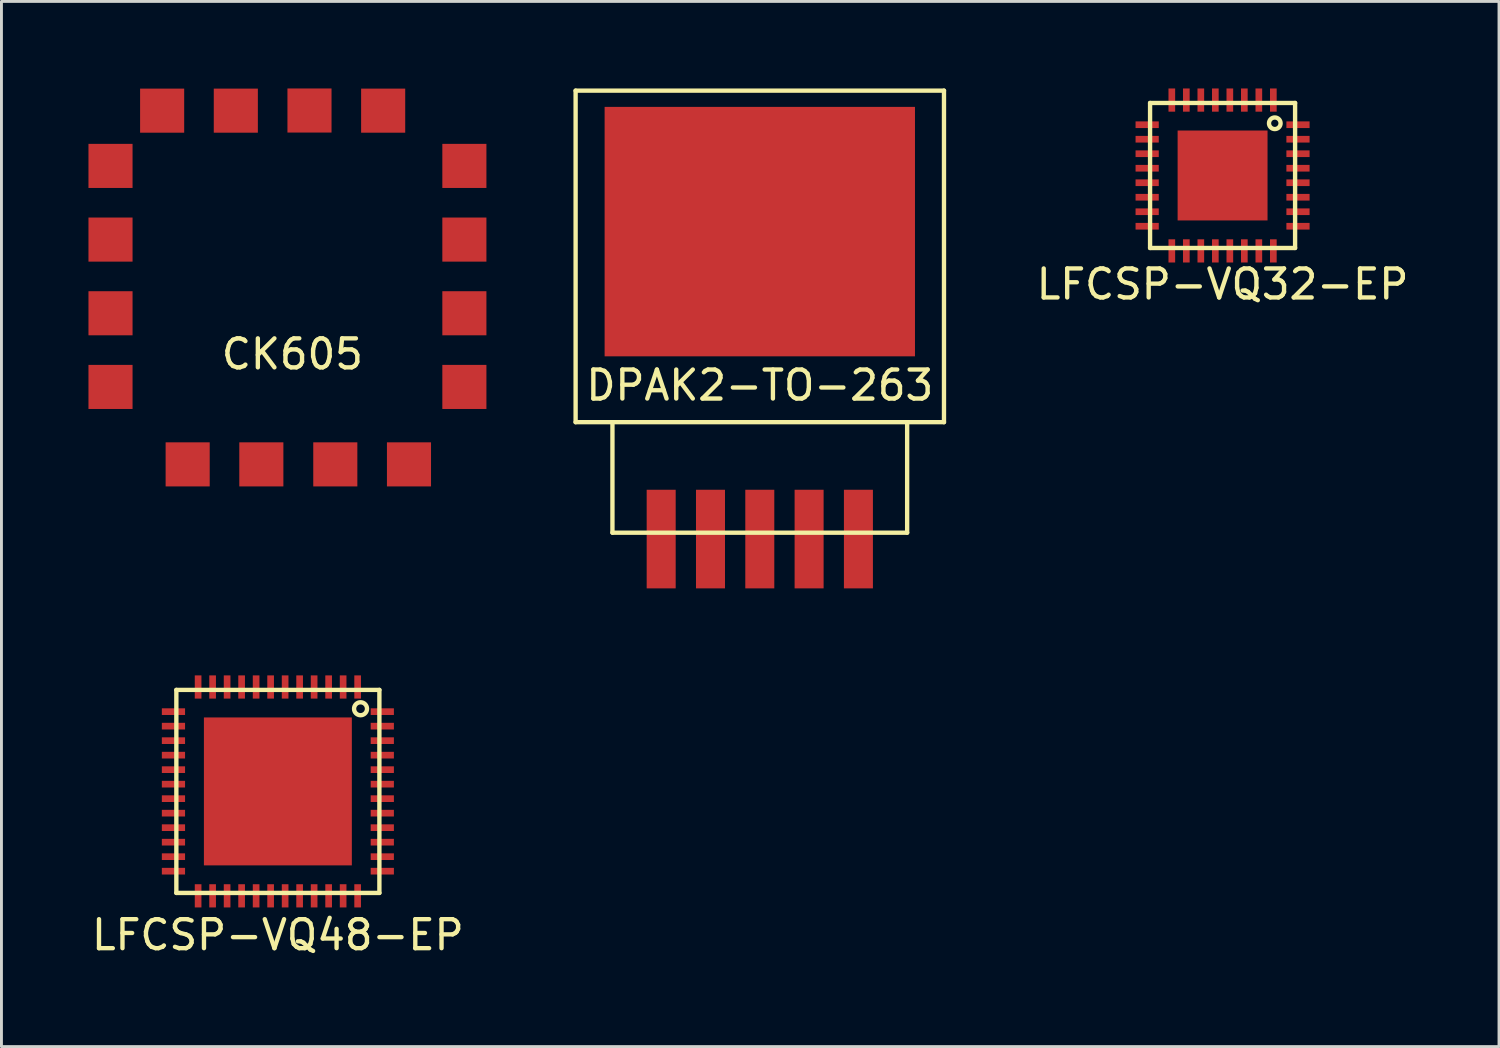
<source format=kicad_pcb>
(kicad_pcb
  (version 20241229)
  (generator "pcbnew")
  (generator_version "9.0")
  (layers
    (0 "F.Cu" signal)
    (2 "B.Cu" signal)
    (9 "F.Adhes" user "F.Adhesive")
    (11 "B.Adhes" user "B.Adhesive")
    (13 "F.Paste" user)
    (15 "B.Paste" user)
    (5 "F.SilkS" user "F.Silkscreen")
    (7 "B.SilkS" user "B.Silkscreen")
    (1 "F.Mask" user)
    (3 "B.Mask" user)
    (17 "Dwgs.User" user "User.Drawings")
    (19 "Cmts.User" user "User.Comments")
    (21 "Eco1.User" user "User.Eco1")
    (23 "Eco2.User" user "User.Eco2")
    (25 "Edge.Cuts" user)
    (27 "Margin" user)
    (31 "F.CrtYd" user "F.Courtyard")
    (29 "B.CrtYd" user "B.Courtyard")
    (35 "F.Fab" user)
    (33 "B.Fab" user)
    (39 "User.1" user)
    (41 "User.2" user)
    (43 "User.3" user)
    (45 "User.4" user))
  (footprint "LFCSP-VQ32-EP"
    (layer "F.Cu")
    (at 39.1 3)
    (property "Reference" "LFCSP-VQ32-EP" (at 0 3.75 0) (layer "F.SilkS") (effects (font (size 1 1) (thickness 0.15))))
    (attr through_hole)
    (fp_line (start -2.5 -2.5) (end -2.5 2.5) (stroke (width 0.15) (type solid)) (layer "F.SilkS"))
    (fp_line (start -2.5 2.5) (end 2.5 2.5) (stroke (width 0.15) (type solid)) (layer "F.SilkS"))
    (fp_line (start 2.5 -2.5) (end -2.5 -2.5) (stroke (width 0.15) (type solid)) (layer "F.SilkS"))
    (fp_line (start 2.5 2.5) (end 2.5 -2.5) (stroke (width 0.15) (type solid)) (layer "F.SilkS"))
    (fp_circle (center 1.8 -1.8) (end 1.8 -2) (stroke (width 0.15) (type solid)) (fill no) (layer "F.SilkS"))
    (pad "1" smd rect (at 1.75 -2.6 90) (size 0.8 0.23) (layers "F.Cu" "F.Mask" "F.Paste"))
    (pad "2" smd rect (at 1.25 -2.6 90) (size 0.8 0.23) (layers "F.Cu" "F.Mask" "F.Paste"))
    (pad "3" smd rect (at 0.75 -2.6 90) (size 0.8 0.23) (layers "F.Cu" "F.Mask" "F.Paste"))
    (pad "4" smd rect (at 0.25 -2.6 90) (size 0.8 0.23) (layers "F.Cu" "F.Mask" "F.Paste"))
    (pad "5" smd rect (at -0.25 -2.6 90) (size 0.8 0.23) (layers "F.Cu" "F.Mask" "F.Paste"))
    (pad "6" smd rect (at -0.75 -2.6 90) (size 0.8 0.23) (layers "F.Cu" "F.Mask" "F.Paste"))
    (pad "7" smd rect (at -1.25 -2.6 90) (size 0.8 0.23) (layers "F.Cu" "F.Mask" "F.Paste"))
    (pad "8" smd rect (at -1.75 -2.6 90) (size 0.8 0.23) (layers "F.Cu" "F.Mask" "F.Paste"))
    (pad "9" smd rect (at -2.6 -1.75) (size 0.8 0.23) (layers "F.Cu" "F.Mask" "F.Paste"))
    (pad "10" smd rect (at -2.6 -1.25) (size 0.8 0.23) (layers "F.Cu" "F.Mask" "F.Paste"))
    (pad "11" smd rect (at -2.6 -0.75) (size 0.8 0.23) (layers "F.Cu" "F.Mask" "F.Paste"))
    (pad "12" smd rect (at -2.6 -0.25) (size 0.8 0.23) (layers "F.Cu" "F.Mask" "F.Paste"))
    (pad "13" smd rect (at -2.6 0.25) (size 0.8 0.23) (layers "F.Cu" "F.Mask" "F.Paste"))
    (pad "14" smd rect (at -2.6 0.75) (size 0.8 0.23) (layers "F.Cu" "F.Mask" "F.Paste"))
    (pad "15" smd rect (at -2.6 1.25) (size 0.8 0.23) (layers "F.Cu" "F.Mask" "F.Paste"))
    (pad "16" smd rect (at -2.6 1.75) (size 0.8 0.23) (layers "F.Cu" "F.Mask" "F.Paste"))
    (pad "17" smd rect (at -1.75 2.6 90) (size 0.8 0.23) (layers "F.Cu" "F.Mask" "F.Paste"))
    (pad "18" smd rect (at -1.25 2.6 90) (size 0.8 0.23) (layers "F.Cu" "F.Mask" "F.Paste"))
    (pad "19" smd rect (at -0.75 2.6 90) (size 0.8 0.23) (layers "F.Cu" "F.Mask" "F.Paste"))
    (pad "20" smd rect (at -0.25 2.6 90) (size 0.8 0.23) (layers "F.Cu" "F.Mask" "F.Paste"))
    (pad "21" smd rect (at 0.25 2.6 90) (size 0.8 0.23) (layers "F.Cu" "F.Mask" "F.Paste"))
    (pad "22" smd rect (at 0.75 2.6 90) (size 0.8 0.23) (layers "F.Cu" "F.Mask" "F.Paste"))
    (pad "23" smd rect (at 1.25 2.6 90) (size 0.8 0.23) (layers "F.Cu" "F.Mask" "F.Paste"))
    (pad "24" smd rect (at 1.75 2.6 90) (size 0.8 0.23) (layers "F.Cu" "F.Mask" "F.Paste"))
    (pad "25" smd rect (at 2.6 1.75) (size 0.8 0.23) (layers "F.Cu" "F.Mask" "F.Paste"))
    (pad "26" smd rect (at 2.6 1.25) (size 0.8 0.23) (layers "F.Cu" "F.Mask" "F.Paste"))
    (pad "27" smd rect (at 2.6 0.75) (size 0.8 0.23) (layers "F.Cu" "F.Mask" "F.Paste"))
    (pad "28" smd rect (at 2.6 0.25) (size 0.8 0.23) (layers "F.Cu" "F.Mask" "F.Paste"))
    (pad "29" smd rect (at 2.6 -0.25) (size 0.8 0.23) (layers "F.Cu" "F.Mask" "F.Paste"))
    (pad "30" smd rect (at 2.6 -0.75) (size 0.8 0.23) (layers "F.Cu" "F.Mask" "F.Paste"))
    (pad "31" smd rect (at 2.6 -1.25) (size 0.8 0.23) (layers "F.Cu" "F.Mask" "F.Paste"))
    (pad "32" smd rect (at 2.6 -1.75) (size 0.8 0.23) (layers "F.Cu" "F.Mask" "F.Paste"))
    (pad "33" smd rect (at 0 0) (size 3.1 3.1) (layers "F.Cu" "F.Mask" "F.Paste")))
  (footprint "DPAK2-TO-263"
    (layer "F.Cu")
    (at 23.145 10.235)
    (property "Reference" "DPAK2-TO-263" (at 0 0 0) (layer "F.SilkS") (effects (font (size 1 1) (thickness 0.15))))
    (attr through_hole)
    (fp_line (start -6.35 -10.16) (end 6.35 -10.16) (stroke (width 0.15) (type solid)) (layer "F.SilkS"))
    (fp_line (start -6.35 1.27) (end -6.35 -10.16) (stroke (width 0.15) (type solid)) (layer "F.SilkS"))
    (fp_line (start -5.08 1.27) (end -5.08 5.08) (stroke (width 0.15) (type solid)) (layer "F.SilkS"))
    (fp_line (start -5.08 5.08) (end 5.08 5.08) (stroke (width 0.15) (type solid)) (layer "F.SilkS"))
    (fp_line (start 5.08 5.08) (end 5.08 1.27) (stroke (width 0.15) (type solid)) (layer "F.SilkS"))
    (fp_line (start 6.35 -10.16) (end 6.35 1.27) (stroke (width 0.15) (type solid)) (layer "F.SilkS"))
    (fp_line (start 6.35 1.27) (end -6.35 1.27) (stroke (width 0.15) (type solid)) (layer "F.SilkS"))
    (pad "1" smd rect (at -3.4 5.3) (size 1 3.4) (layers "F.Cu" "F.Mask" "F.Paste"))
    (pad "2" smd rect (at -1.7 5.3) (size 1 3.4) (layers "F.Cu" "F.Mask" "F.Paste"))
    (pad "3" smd rect (at 0 -5.3) (size 10.7 8.6) (layers "F.Cu" "F.Mask" "F.Paste"))
    (pad "3" smd rect (at 0 5.3) (size 1 3.4) (layers "F.Cu" "F.Mask" "F.Paste"))
    (pad "4" smd rect (at 1.7 5.3) (size 1 3.4) (layers "F.Cu" "F.Mask" "F.Paste"))
    (pad "5" smd rect (at 3.4 5.3) (size 1 3.4) (layers "F.Cu" "F.Mask" "F.Paste")))
  (footprint "LFCSP-VQ48-EP"
    (layer "F.Cu")
    (at 6.53 24.235)
    (property "Reference" "LFCSP-VQ48-EP" (at 0 4.95 0) (layer "F.SilkS") (effects (font (size 1 1) (thickness 0.15))))
    (attr through_hole)
    (fp_line (start -3.5 -3.5) (end 3.5 -3.5) (stroke (width 0.15) (type solid)) (layer "F.SilkS"))
    (fp_line (start -3.5 3.5) (end -3.5 -3.5) (stroke (width 0.15) (type solid)) (layer "F.SilkS"))
    (fp_line (start 3.5 -3.5) (end 3.5 3.5) (stroke (width 0.15) (type solid)) (layer "F.SilkS"))
    (fp_line (start 3.5 3.5) (end -3.5 3.5) (stroke (width 0.15) (type solid)) (layer "F.SilkS"))
    (fp_circle (center 2.85 -2.85) (end 2.75 -2.65) (stroke (width 0.15) (type solid)) (fill no) (layer "F.SilkS"))
    (pad "1" smd rect (at 2.75 -3.6 90) (size 0.8 0.23) (layers "F.Cu" "F.Mask" "F.Paste"))
    (pad "2" smd rect (at 2.25 -3.6 90) (size 0.8 0.23) (layers "F.Cu" "F.Mask" "F.Paste"))
    (pad "3" smd rect (at 1.75 -3.6 90) (size 0.8 0.23) (layers "F.Cu" "F.Mask" "F.Paste"))
    (pad "4" smd rect (at 1.25 -3.6 90) (size 0.8 0.23) (layers "F.Cu" "F.Mask" "F.Paste"))
    (pad "5" smd rect (at 0.75 -3.6 90) (size 0.8 0.23) (layers "F.Cu" "F.Mask" "F.Paste"))
    (pad "6" smd rect (at 0.25 -3.6 90) (size 0.8 0.23) (layers "F.Cu" "F.Mask" "F.Paste"))
    (pad "7" smd rect (at -0.25 -3.6 90) (size 0.8 0.23) (layers "F.Cu" "F.Mask" "F.Paste"))
    (pad "8" smd rect (at -0.75 -3.6 90) (size 0.8 0.23) (layers "F.Cu" "F.Mask" "F.Paste"))
    (pad "9" smd rect (at -1.25 -3.6 90) (size 0.8 0.23) (layers "F.Cu" "F.Mask" "F.Paste"))
    (pad "10" smd rect (at -1.75 -3.6 90) (size 0.8 0.23) (layers "F.Cu" "F.Mask" "F.Paste"))
    (pad "11" smd rect (at -2.25 -3.6 90) (size 0.8 0.23) (layers "F.Cu" "F.Mask" "F.Paste"))
    (pad "12" smd rect (at -2.75 -3.6 90) (size 0.8 0.23) (layers "F.Cu" "F.Mask" "F.Paste"))
    (pad "13" smd rect (at -3.6 -2.75) (size 0.8 0.23) (layers "F.Cu" "F.Mask" "F.Paste"))
    (pad "14" smd rect (at -3.6 -2.25) (size 0.8 0.23) (layers "F.Cu" "F.Mask" "F.Paste"))
    (pad "15" smd rect (at -3.6 -1.75) (size 0.8 0.23) (layers "F.Cu" "F.Mask" "F.Paste"))
    (pad "16" smd rect (at -3.6 -1.25) (size 0.8 0.23) (layers "F.Cu" "F.Mask" "F.Paste"))
    (pad "17" smd rect (at -3.6 -0.75) (size 0.8 0.23) (layers "F.Cu" "F.Mask" "F.Paste"))
    (pad "18" smd rect (at -3.6 -0.25) (size 0.8 0.23) (layers "F.Cu" "F.Mask" "F.Paste"))
    (pad "19" smd rect (at -3.6 0.25) (size 0.8 0.23) (layers "F.Cu" "F.Mask" "F.Paste"))
    (pad "20" smd rect (at -3.6 0.75) (size 0.8 0.23) (layers "F.Cu" "F.Mask" "F.Paste"))
    (pad "21" smd rect (at -3.6 1.25) (size 0.8 0.23) (layers "F.Cu" "F.Mask" "F.Paste"))
    (pad "22" smd rect (at -3.6 1.75) (size 0.8 0.23) (layers "F.Cu" "F.Mask" "F.Paste"))
    (pad "23" smd rect (at -3.6 2.25) (size 0.8 0.23) (layers "F.Cu" "F.Mask" "F.Paste"))
    (pad "24" smd rect (at -3.6 2.75) (size 0.8 0.23) (layers "F.Cu" "F.Mask" "F.Paste"))
    (pad "25" smd rect (at -2.75 3.6 90) (size 0.8 0.23) (layers "F.Cu" "F.Mask" "F.Paste"))
    (pad "26" smd rect (at -2.25 3.6 90) (size 0.8 0.23) (layers "F.Cu" "F.Mask" "F.Paste"))
    (pad "27" smd rect (at -1.75 3.6 90) (size 0.8 0.23) (layers "F.Cu" "F.Mask" "F.Paste"))
    (pad "28" smd rect (at -1.25 3.6 90) (size 0.8 0.23) (layers "F.Cu" "F.Mask" "F.Paste"))
    (pad "29" smd rect (at -0.75 3.6 90) (size 0.8 0.23) (layers "F.Cu" "F.Mask" "F.Paste"))
    (pad "30" smd rect (at -0.25 3.6 90) (size 0.8 0.23) (layers "F.Cu" "F.Mask" "F.Paste"))
    (pad "31" smd rect (at 0.25 3.6 90) (size 0.8 0.23) (layers "F.Cu" "F.Mask" "F.Paste"))
    (pad "32" smd rect (at 0.75 3.6 90) (size 0.8 0.23) (layers "F.Cu" "F.Mask" "F.Paste"))
    (pad "33" smd rect (at 1.25 3.6 90) (size 0.8 0.23) (layers "F.Cu" "F.Mask" "F.Paste"))
    (pad "34" smd rect (at 1.75 3.6 90) (size 0.8 0.23) (layers "F.Cu" "F.Mask" "F.Paste"))
    (pad "35" smd rect (at 2.25 3.6 90) (size 0.8 0.23) (layers "F.Cu" "F.Mask" "F.Paste"))
    (pad "36" smd rect (at 2.75 3.6 90) (size 0.8 0.23) (layers "F.Cu" "F.Mask" "F.Paste"))
    (pad "37" smd rect (at 3.6 2.75) (size 0.8 0.23) (layers "F.Cu" "F.Mask" "F.Paste"))
    (pad "38" smd rect (at 3.6 2.25) (size 0.8 0.23) (layers "F.Cu" "F.Mask" "F.Paste"))
    (pad "39" smd rect (at 3.6 1.75) (size 0.8 0.23) (layers "F.Cu" "F.Mask" "F.Paste"))
    (pad "40" smd rect (at 3.6 1.25) (size 0.8 0.23) (layers "F.Cu" "F.Mask" "F.Paste"))
    (pad "41" smd rect (at 3.6 0.75) (size 0.8 0.23) (layers "F.Cu" "F.Mask" "F.Paste"))
    (pad "42" smd rect (at 3.6 0.25) (size 0.8 0.23) (layers "F.Cu" "F.Mask" "F.Paste"))
    (pad "43" smd rect (at 3.6 -0.25) (size 0.8 0.23) (layers "F.Cu" "F.Mask" "F.Paste"))
    (pad "44" smd rect (at 3.6 -0.75) (size 0.8 0.23) (layers "F.Cu" "F.Mask" "F.Paste"))
    (pad "45" smd rect (at 3.6 -1.25) (size 0.8 0.23) (layers "F.Cu" "F.Mask" "F.Paste"))
    (pad "46" smd rect (at 3.6 -1.75) (size 0.8 0.23) (layers "F.Cu" "F.Mask" "F.Paste"))
    (pad "47" smd rect (at 3.6 -2.25) (size 0.8 0.23) (layers "F.Cu" "F.Mask" "F.Paste"))
    (pad "48" smd rect (at 3.6 -2.75) (size 0.8 0.23) (layers "F.Cu" "F.Mask" "F.Paste"))
    (pad "EP" smd rect (at 0 0) (size 5.1 5.1) (layers "F.Cu" "F.Mask" "F.Paste")))
  (footprint "CK605"
    (layer "F.Cu")
    (at 7.02 6.625)
    (property "Reference" "CK605" (at 0.01 2.535 0) (layer "F.SilkS") (effects (font (size 1 1) (thickness 0.15))))
    (attr through_hole)
    (pad "G" smd rect (at -6.26 -3.955) (size 1.52 1.52) (layers "F.Cu" "F.Mask" "F.Paste"))
    (pad "G" smd rect (at -6.26 1.125) (size 1.52 1.52) (layers "F.Cu" "F.Mask" "F.Paste"))
    (pad "G" smd rect (at -6.26 3.665) (size 1.52 1.52) (layers "F.Cu" "F.Mask" "F.Paste"))
    (pad "G" smd rect (at -4.48 -5.86) (size 1.52 1.52) (layers "F.Cu" "F.Mask" "F.Paste"))
    (pad "G" smd rect (at -3.6 6.335) (size 1.52 1.52) (layers "F.Cu" "F.Mask" "F.Paste"))
    (pad "G" smd rect (at -1.94 -5.86) (size 1.52 1.52) (layers "F.Cu" "F.Mask" "F.Paste"))
    (pad "G" smd rect (at 1.49 6.335) (size 1.52 1.52) (layers "F.Cu" "F.Mask" "F.Paste"))
    (pad "G" smd rect (at 3.14 -5.86) (size 1.52 1.52) (layers "F.Cu" "F.Mask" "F.Paste"))
    (pad "G" smd rect (at 4.03 6.335) (size 1.52 1.52) (layers "F.Cu" "F.Mask" "F.Paste"))
    (pad "G" smd rect (at 5.94 -3.955) (size 1.52 1.52) (layers "F.Cu" "F.Mask" "F.Paste"))
    (pad "G" smd rect (at 5.94 -1.415) (size 1.52 1.52) (layers "F.Cu" "F.Mask" "F.Paste"))
    (pad "G" smd rect (at 5.94 1.125) (size 1.52 1.52) (layers "F.Cu" "F.Mask" "F.Paste"))
    (pad "G" smd rect (at 5.94 3.665) (size 1.52 1.52) (layers "F.Cu" "F.Mask" "F.Paste"))
    (pad "RF" smd rect (at 0.6 -5.865) (size 1.52 1.52) (layers "F.Cu" "F.Mask" "F.Paste"))
    (pad "VTun" smd rect (at -1.06 6.335) (size 1.52 1.52) (layers "F.Cu" "F.Mask" "F.Paste"))
    (pad "Vcc" smd rect (at -6.26 -1.415) (size 1.52 1.52) (layers "F.Cu" "F.Mask" "F.Paste")))
  (gr_rect
    (start -3 -3)
    (end 48.63 33.033)
    (stroke (width 0.1) (type default))
    (fill no)
    (layer "Edge.Cuts")))
</source>
